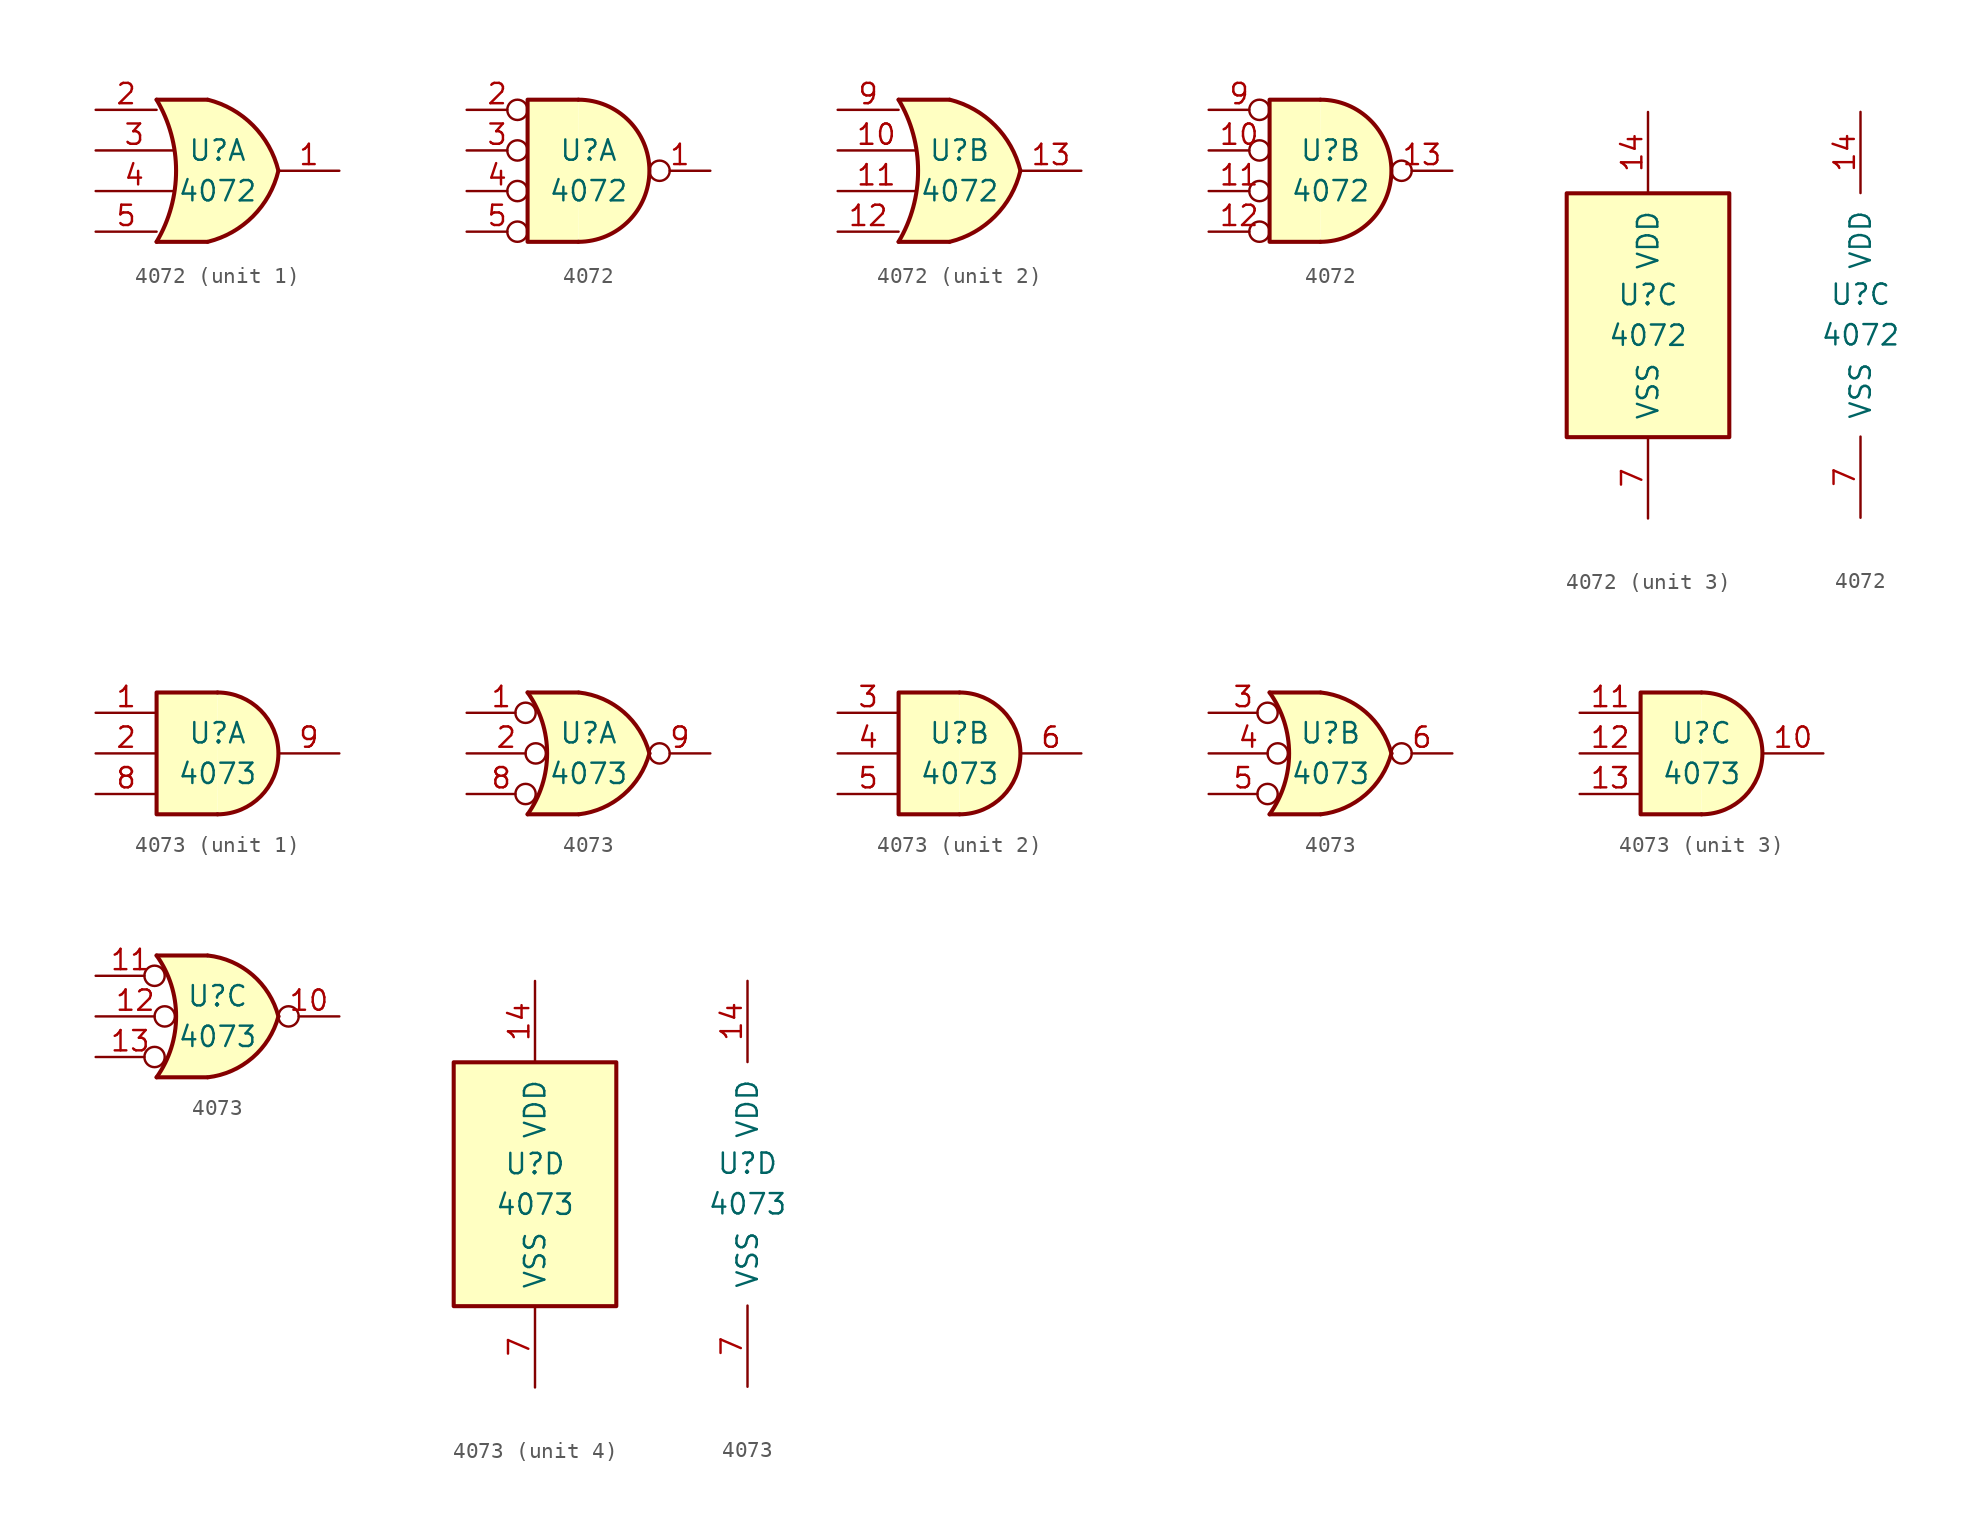
<source format=kicad_sym>
(kicad_symbol_lib
  (version 20220914)
  (generator kicad_symbol_editor)
  (symbol "4072"
    (pin_names
      (offset 1.016))
    (property "Reference" "U"
      (at 0 1.27 0)
      (effects (font (size 1.27 1.27))))
    (property "Value" "4072"
      (at 0 -1.27 0)
      (effects (font (size 1.27 1.27))))
    (property "ki_locked" ""
      (at 0 0 0)
      (effects (font (size 1.27 1.27))))
    (symbol "4072_1_1"
      (arc (start -3.81 -4.445) (mid -2.5908 0) (end -3.81 4.445) (stroke (width 0.254) (type default)) (fill (type none)))
      (arc (start -0.6096 -4.445) (mid 2.2246 -2.8422) (end 3.81 0) (stroke (width 0.254) (type default)) (fill (type background)))
      (polyline (pts (xy -3.81 -4.445) (xy -0.635 -4.445)) (stroke (width 0.254) (type default)) (fill (type background)))
      (polyline (pts (xy -3.81 4.445) (xy -0.635 4.445)) (stroke (width 0.254) (type default)) (fill (type background)))
      (polyline (pts (xy -0.635 4.445) (xy -3.81 4.445) (xy -3.81 4.445) (xy -3.632 4.089) (xy -3.099 2.921) (xy -2.769 1.676) (xy -2.616 0.432) (xy -2.642 -0.864) (xy -2.87 -2.108) (xy -3.251 -3.327) (xy -3.81 -4.445) (xy -3.81 -4.445) (xy -0.635 -4.445)) (stroke (width -25.4) (type default)) (fill (type background)))
      (arc (start 3.81 0) (mid 2.2204 2.8379) (end -0.6096 4.445) (stroke (width 0.254) (type default)) (fill (type background)))
      (pin output line (at 7.62 0 180) (length 3.81) (name "~" (effects (font (size 1.27 1.27)))) (number "1" (effects (font (size 1.27 1.27)))))
      (pin input line (at -7.62 3.81 0) (length 3.81) (name "~" (effects (font (size 1.27 1.27)))) (number "2" (effects (font (size 1.27 1.27)))))
      (pin input line (at -7.62 1.27 0) (length 4.826) (name "~" (effects (font (size 1.27 1.27)))) (number "3" (effects (font (size 1.27 1.27)))))
      (pin input line (at -7.62 -1.27 0) (length 4.826) (name "~" (effects (font (size 1.27 1.27)))) (number "4" (effects (font (size 1.27 1.27)))))
      (pin input line (at -7.62 -3.81 0) (length 3.81) (name "~" (effects (font (size 1.27 1.27)))) (number "5" (effects (font (size 1.27 1.27))))))
    (symbol "4072_1_2"
      (arc (start -0.635 -4.445) (mid 3.7907 0) (end -0.635 4.445) (stroke (width 0.254) (type default)) (fill (type background)))
      (polyline (pts (xy -0.635 4.445) (xy -3.81 4.445) (xy -3.81 -4.445) (xy -0.635 -4.445)) (stroke (width 0.254) (type default)) (fill (type background)))
      (pin output inverted (at 7.62 0 180) (length 3.81) (name "~" (effects (font (size 1.27 1.27)))) (number "1" (effects (font (size 1.27 1.27)))))
      (pin input inverted (at -7.62 3.81 0) (length 3.81) (name "~" (effects (font (size 1.27 1.27)))) (number "2" (effects (font (size 1.27 1.27)))))
      (pin input inverted (at -7.62 1.27 0) (length 3.81) (name "~" (effects (font (size 1.27 1.27)))) (number "3" (effects (font (size 1.27 1.27)))))
      (pin input inverted (at -7.62 -1.27 0) (length 3.81) (name "~" (effects (font (size 1.27 1.27)))) (number "4" (effects (font (size 1.27 1.27)))))
      (pin input inverted (at -7.62 -3.81 0) (length 3.81) (name "~" (effects (font (size 1.27 1.27)))) (number "5" (effects (font (size 1.27 1.27))))))
    (symbol "4072_2_1"
      (arc (start -3.81 -4.445) (mid -2.5908 0) (end -3.81 4.445) (stroke (width 0.254) (type default)) (fill (type none)))
      (arc (start -0.6096 -4.445) (mid 2.2246 -2.8422) (end 3.81 0) (stroke (width 0.254) (type default)) (fill (type background)))
      (polyline (pts (xy -3.81 -4.445) (xy -0.635 -4.445)) (stroke (width 0.254) (type default)) (fill (type background)))
      (polyline (pts (xy -3.81 4.445) (xy -0.635 4.445)) (stroke (width 0.254) (type default)) (fill (type background)))
      (polyline (pts (xy -0.635 4.445) (xy -3.81 4.445) (xy -3.81 4.445) (xy -3.632 4.089) (xy -3.099 2.921) (xy -2.769 1.676) (xy -2.616 0.432) (xy -2.642 -0.864) (xy -2.87 -2.108) (xy -3.251 -3.327) (xy -3.81 -4.445) (xy -3.81 -4.445) (xy -0.635 -4.445)) (stroke (width -25.4) (type default)) (fill (type background)))
      (arc (start 3.81 0) (mid 2.2204 2.8379) (end -0.6096 4.445) (stroke (width 0.254) (type default)) (fill (type background)))
      (pin input line (at -7.62 1.27 0) (length 4.826) (name "~" (effects (font (size 1.27 1.27)))) (number "10" (effects (font (size 1.27 1.27)))))
      (pin input line (at -7.62 -1.27 0) (length 4.826) (name "~" (effects (font (size 1.27 1.27)))) (number "11" (effects (font (size 1.27 1.27)))))
      (pin input line (at -7.62 -3.81 0) (length 3.81) (name "~" (effects (font (size 1.27 1.27)))) (number "12" (effects (font (size 1.27 1.27)))))
      (pin output line (at 7.62 0 180) (length 3.81) (name "~" (effects (font (size 1.27 1.27)))) (number "13" (effects (font (size 1.27 1.27)))))
      (pin input line (at -7.62 3.81 0) (length 3.81) (name "~" (effects (font (size 1.27 1.27)))) (number "9" (effects (font (size 1.27 1.27))))))
    (symbol "4072_2_2"
      (arc (start -0.635 -4.445) (mid 3.7907 0) (end -0.635 4.445) (stroke (width 0.254) (type default)) (fill (type background)))
      (polyline (pts (xy -0.635 4.445) (xy -3.81 4.445) (xy -3.81 -4.445) (xy -0.635 -4.445)) (stroke (width 0.254) (type default)) (fill (type background)))
      (pin input inverted (at -7.62 1.27 0) (length 3.81) (name "~" (effects (font (size 1.27 1.27)))) (number "10" (effects (font (size 1.27 1.27)))))
      (pin input inverted (at -7.62 -1.27 0) (length 3.81) (name "~" (effects (font (size 1.27 1.27)))) (number "11" (effects (font (size 1.27 1.27)))))
      (pin input inverted (at -7.62 -3.81 0) (length 3.81) (name "~" (effects (font (size 1.27 1.27)))) (number "12" (effects (font (size 1.27 1.27)))))
      (pin output inverted (at 7.62 0 180) (length 3.81) (name "~" (effects (font (size 1.27 1.27)))) (number "13" (effects (font (size 1.27 1.27)))))
      (pin input inverted (at -7.62 3.81 0) (length 3.81) (name "~" (effects (font (size 1.27 1.27)))) (number "9" (effects (font (size 1.27 1.27))))))
    (symbol "4072_3_0"
      (pin power_in line (at 0 12.7 270) (length 5.08) (name "VDD" (effects (font (size 1.27 1.27)))) (number "14" (effects (font (size 1.27 1.27)))))
      (pin power_in line (at 0 -12.7 90) (length 5.08) (name "VSS" (effects (font (size 1.27 1.27)))) (number "7" (effects (font (size 1.27 1.27))))))
    (symbol "4072_3_1"
      (rectangle (start -5.08 7.62) (end 5.08 -7.62) (stroke (width 0.254) (type default)) (fill (type background)))))
  (symbol "4073"
    (pin_names
      (offset 1.016))
    (property "Reference" "U"
      (at 0 1.27 0)
      (effects (font (size 1.27 1.27))))
    (property "Value" "4073"
      (at 0 -1.27 0)
      (effects (font (size 1.27 1.27))))
    (property "ki_locked" ""
      (at 0 0 0)
      (effects (font (size 1.27 1.27))))
    (symbol "4073_1_1"
      (arc (start 0 -3.81) (mid 3.7934 0) (end 0 3.81) (stroke (width 0.254) (type default)) (fill (type background)))
      (polyline (pts (xy 0 3.81) (xy -3.81 3.81) (xy -3.81 -3.81) (xy 0 -3.81)) (stroke (width 0.254) (type default)) (fill (type background)))
      (pin input line (at -7.62 2.54 0) (length 3.81) (name "~" (effects (font (size 1.27 1.27)))) (number "1" (effects (font (size 1.27 1.27)))))
      (pin input line (at -7.62 0 0) (length 3.81) (name "~" (effects (font (size 1.27 1.27)))) (number "2" (effects (font (size 1.27 1.27)))))
      (pin input line (at -7.62 -2.54 0) (length 3.81) (name "~" (effects (font (size 1.27 1.27)))) (number "8" (effects (font (size 1.27 1.27)))))
      (pin output line (at 7.62 0 180) (length 3.81) (name "~" (effects (font (size 1.27 1.27)))) (number "9" (effects (font (size 1.27 1.27))))))
    (symbol "4073_1_2"
      (arc (start -3.81 -3.81) (mid -2.589 0) (end -3.81 3.81) (stroke (width 0.254) (type default)) (fill (type none)))
      (arc (start -0.6096 -3.81) (mid 2.1842 -2.5851) (end 3.81 0) (stroke (width 0.254) (type default)) (fill (type background)))
      (polyline (pts (xy -3.81 -3.81) (xy -0.635 -3.81)) (stroke (width 0.254) (type default)) (fill (type background)))
      (polyline (pts (xy -3.81 3.81) (xy -0.635 3.81)) (stroke (width 0.254) (type default)) (fill (type background)))
      (polyline (pts (xy -0.635 3.81) (xy -3.81 3.81) (xy -3.81 3.81) (xy -3.556 3.404) (xy -3.023 2.261) (xy -2.692 1.041) (xy -2.616 -0.254) (xy -2.769 -1.499) (xy -3.175 -2.718) (xy -3.81 -3.81) (xy -3.81 -3.81) (xy -0.635 -3.81)) (stroke (width -25.4) (type default)) (fill (type background)))
      (arc (start 3.81 0) (mid 2.1915 2.5936) (end -0.6096 3.81) (stroke (width 0.254) (type default)) (fill (type background)))
      (pin input inverted (at -7.62 2.54 0) (length 4.318) (name "~" (effects (font (size 1.27 1.27)))) (number "1" (effects (font (size 1.27 1.27)))))
      (pin input inverted (at -7.62 0 0) (length 4.953) (name "~" (effects (font (size 1.27 1.27)))) (number "2" (effects (font (size 1.27 1.27)))))
      (pin input inverted (at -7.62 -2.54 0) (length 4.318) (name "~" (effects (font (size 1.27 1.27)))) (number "8" (effects (font (size 1.27 1.27)))))
      (pin output inverted (at 7.62 0 180) (length 3.81) (name "~" (effects (font (size 1.27 1.27)))) (number "9" (effects (font (size 1.27 1.27))))))
    (symbol "4073_2_1"
      (arc (start 0 -3.81) (mid 3.7934 0) (end 0 3.81) (stroke (width 0.254) (type default)) (fill (type background)))
      (polyline (pts (xy 0 3.81) (xy -3.81 3.81) (xy -3.81 -3.81) (xy 0 -3.81)) (stroke (width 0.254) (type default)) (fill (type background)))
      (pin input line (at -7.62 2.54 0) (length 3.81) (name "~" (effects (font (size 1.27 1.27)))) (number "3" (effects (font (size 1.27 1.27)))))
      (pin input line (at -7.62 0 0) (length 3.81) (name "~" (effects (font (size 1.27 1.27)))) (number "4" (effects (font (size 1.27 1.27)))))
      (pin input line (at -7.62 -2.54 0) (length 3.81) (name "~" (effects (font (size 1.27 1.27)))) (number "5" (effects (font (size 1.27 1.27)))))
      (pin output line (at 7.62 0 180) (length 3.81) (name "~" (effects (font (size 1.27 1.27)))) (number "6" (effects (font (size 1.27 1.27))))))
    (symbol "4073_2_2"
      (arc (start -3.81 -3.81) (mid -2.589 0) (end -3.81 3.81) (stroke (width 0.254) (type default)) (fill (type none)))
      (arc (start -0.6096 -3.81) (mid 2.1842 -2.5851) (end 3.81 0) (stroke (width 0.254) (type default)) (fill (type background)))
      (polyline (pts (xy -3.81 -3.81) (xy -0.635 -3.81)) (stroke (width 0.254) (type default)) (fill (type background)))
      (polyline (pts (xy -3.81 3.81) (xy -0.635 3.81)) (stroke (width 0.254) (type default)) (fill (type background)))
      (polyline (pts (xy -0.635 3.81) (xy -3.81 3.81) (xy -3.81 3.81) (xy -3.556 3.404) (xy -3.023 2.261) (xy -2.692 1.041) (xy -2.616 -0.254) (xy -2.769 -1.499) (xy -3.175 -2.718) (xy -3.81 -3.81) (xy -3.81 -3.81) (xy -0.635 -3.81)) (stroke (width -25.4) (type default)) (fill (type background)))
      (arc (start 3.81 0) (mid 2.1915 2.5936) (end -0.6096 3.81) (stroke (width 0.254) (type default)) (fill (type background)))
      (pin input inverted (at -7.62 2.54 0) (length 4.318) (name "~" (effects (font (size 1.27 1.27)))) (number "3" (effects (font (size 1.27 1.27)))))
      (pin input inverted (at -7.62 0 0) (length 4.953) (name "~" (effects (font (size 1.27 1.27)))) (number "4" (effects (font (size 1.27 1.27)))))
      (pin input inverted (at -7.62 -2.54 0) (length 4.318) (name "~" (effects (font (size 1.27 1.27)))) (number "5" (effects (font (size 1.27 1.27)))))
      (pin output inverted (at 7.62 0 180) (length 3.81) (name "~" (effects (font (size 1.27 1.27)))) (number "6" (effects (font (size 1.27 1.27))))))
    (symbol "4073_3_1"
      (arc (start 0 -3.81) (mid 3.7934 0) (end 0 3.81) (stroke (width 0.254) (type default)) (fill (type background)))
      (polyline (pts (xy 0 3.81) (xy -3.81 3.81) (xy -3.81 -3.81) (xy 0 -3.81)) (stroke (width 0.254) (type default)) (fill (type background)))
      (pin output line (at 7.62 0 180) (length 3.81) (name "~" (effects (font (size 1.27 1.27)))) (number "10" (effects (font (size 1.27 1.27)))))
      (pin input line (at -7.62 2.54 0) (length 3.81) (name "~" (effects (font (size 1.27 1.27)))) (number "11" (effects (font (size 1.27 1.27)))))
      (pin input line (at -7.62 0 0) (length 3.81) (name "~" (effects (font (size 1.27 1.27)))) (number "12" (effects (font (size 1.27 1.27)))))
      (pin input line (at -7.62 -2.54 0) (length 3.81) (name "~" (effects (font (size 1.27 1.27)))) (number "13" (effects (font (size 1.27 1.27))))))
    (symbol "4073_3_2"
      (arc (start -3.81 -3.81) (mid -2.589 0) (end -3.81 3.81) (stroke (width 0.254) (type default)) (fill (type none)))
      (arc (start -0.6096 -3.81) (mid 2.1842 -2.5851) (end 3.81 0) (stroke (width 0.254) (type default)) (fill (type background)))
      (polyline (pts (xy -3.81 -3.81) (xy -0.635 -3.81)) (stroke (width 0.254) (type default)) (fill (type background)))
      (polyline (pts (xy -3.81 3.81) (xy -0.635 3.81)) (stroke (width 0.254) (type default)) (fill (type background)))
      (polyline (pts (xy -0.635 3.81) (xy -3.81 3.81) (xy -3.81 3.81) (xy -3.556 3.404) (xy -3.023 2.261) (xy -2.692 1.041) (xy -2.616 -0.254) (xy -2.769 -1.499) (xy -3.175 -2.718) (xy -3.81 -3.81) (xy -3.81 -3.81) (xy -0.635 -3.81)) (stroke (width -25.4) (type default)) (fill (type background)))
      (arc (start 3.81 0) (mid 2.1915 2.5936) (end -0.6096 3.81) (stroke (width 0.254) (type default)) (fill (type background)))
      (pin output inverted (at 7.62 0 180) (length 3.81) (name "~" (effects (font (size 1.27 1.27)))) (number "10" (effects (font (size 1.27 1.27)))))
      (pin input inverted (at -7.62 2.54 0) (length 4.318) (name "~" (effects (font (size 1.27 1.27)))) (number "11" (effects (font (size 1.27 1.27)))))
      (pin input inverted (at -7.62 0 0) (length 4.953) (name "~" (effects (font (size 1.27 1.27)))) (number "12" (effects (font (size 1.27 1.27)))))
      (pin input inverted (at -7.62 -2.54 0) (length 4.318) (name "~" (effects (font (size 1.27 1.27)))) (number "13" (effects (font (size 1.27 1.27))))))
    (symbol "4073_4_0"
      (pin power_in line (at 0 12.7 270) (length 5.08) (name "VDD" (effects (font (size 1.27 1.27)))) (number "14" (effects (font (size 1.27 1.27)))))
      (pin power_in line (at 0 -12.7 90) (length 5.08) (name "VSS" (effects (font (size 1.27 1.27)))) (number "7" (effects (font (size 1.27 1.27))))))
    (symbol "4073_4_1"
      (rectangle (start -5.08 7.62) (end 5.08 -7.62) (stroke (width 0.254) (type default)) (fill (type background))))))
</source>
